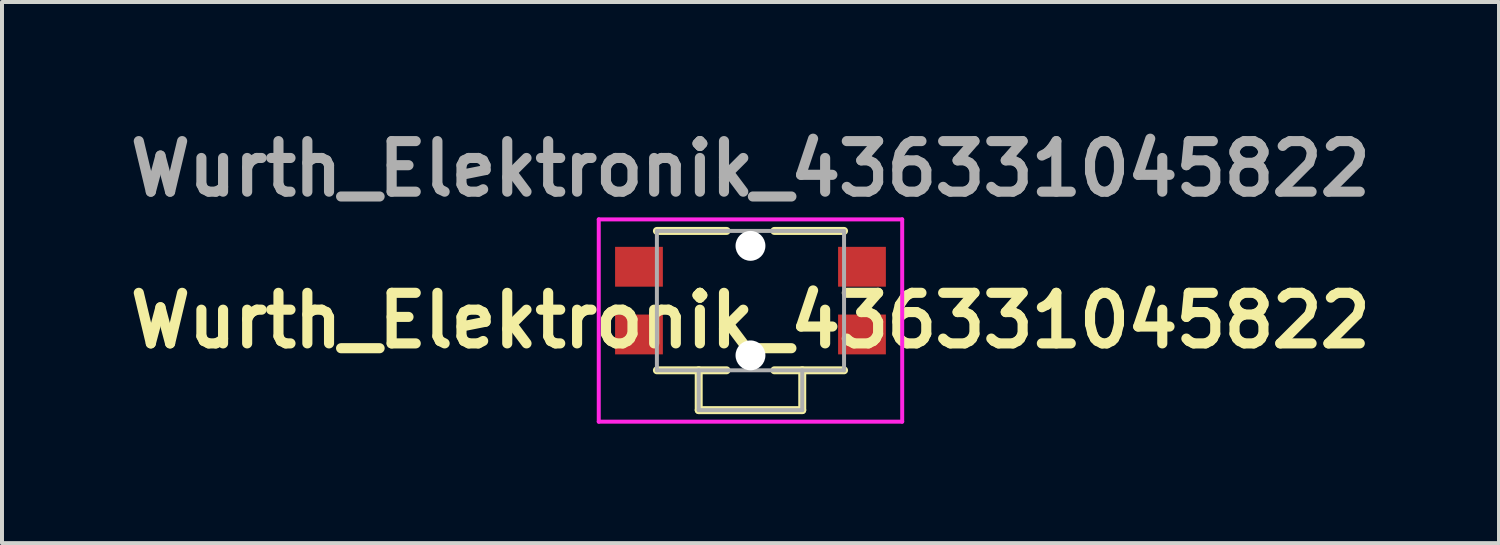
<source format=kicad_pcb>
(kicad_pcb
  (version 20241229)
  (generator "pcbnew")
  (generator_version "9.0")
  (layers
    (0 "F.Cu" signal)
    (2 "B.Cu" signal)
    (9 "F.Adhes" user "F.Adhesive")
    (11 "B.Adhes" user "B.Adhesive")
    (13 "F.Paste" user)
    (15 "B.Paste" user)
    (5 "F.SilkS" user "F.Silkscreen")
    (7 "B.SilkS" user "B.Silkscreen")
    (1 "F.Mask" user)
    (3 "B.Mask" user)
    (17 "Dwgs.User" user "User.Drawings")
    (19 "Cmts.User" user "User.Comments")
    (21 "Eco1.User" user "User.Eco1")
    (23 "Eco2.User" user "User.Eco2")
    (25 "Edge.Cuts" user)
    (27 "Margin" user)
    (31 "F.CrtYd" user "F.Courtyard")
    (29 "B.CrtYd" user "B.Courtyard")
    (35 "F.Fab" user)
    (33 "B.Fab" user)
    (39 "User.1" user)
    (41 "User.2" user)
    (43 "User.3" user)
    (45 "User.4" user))
  (footprint "Wurth_Elektronik_436331045822"
    (layer "F.Cu")
    (at 15.796 4.999)
    (property "Reference" "Wurth_Elektronik_436331045822" (at 0 0 0) (layer "F.SilkS") (effects (font (size 1.27 1.27) (thickness 0.254))))
    (attr smd)
    (fp_line (start -2.35 -2.25) (end -0.6 -2.25) (stroke (width 0.2) (type solid)) (layer "F.SilkS"))
    (fp_line (start -2.35 1.25) (end -0.6 1.25) (stroke (width 0.2) (type solid)) (layer "F.SilkS"))
    (fp_line (start -1.3 1.25) (end -1.3 2.25) (stroke (width 0.2) (type solid)) (layer "F.SilkS"))
    (fp_line (start -1.3 2.25) (end 1.3 2.25) (stroke (width 0.2) (type solid)) (layer "F.SilkS"))
    (fp_line (start 0.6 -2.25) (end 2.35 -2.25) (stroke (width 0.2) (type solid)) (layer "F.SilkS"))
    (fp_line (start 0.6 1.25) (end 2.35 1.25) (stroke (width 0.2) (type solid)) (layer "F.SilkS"))
    (fp_line (start 1.3 2.25) (end 1.3 1.25) (stroke (width 0.2) (type solid)) (layer "F.SilkS"))
    (fp_line (start -3.81 -2.54) (end 3.81 -2.54) (stroke (width 0.1) (type solid)) (layer "F.CrtYd"))
    (fp_line (start -3.81 2.54) (end -3.81 -2.54) (stroke (width 0.1) (type solid)) (layer "F.CrtYd"))
    (fp_line (start 3.81 -2.54) (end 3.81 2.54) (stroke (width 0.1) (type solid)) (layer "F.CrtYd"))
    (fp_line (start 3.81 2.54) (end -3.81 2.54) (stroke (width 0.1) (type solid)) (layer "F.CrtYd"))
    (fp_line (start -2.35 -2.25) (end 2.35 -2.25) (stroke (width 0.1) (type solid)) (layer "F.Fab"))
    (fp_line (start -2.35 1.25) (end -2.35 -2.25) (stroke (width 0.1) (type solid)) (layer "F.Fab"))
    (fp_line (start -1.3 1.25) (end -1.3 2.25) (stroke (width 0.1) (type solid)) (layer "F.Fab"))
    (fp_line (start -1.3 2.25) (end 1.3 2.25) (stroke (width 0.1) (type solid)) (layer "F.Fab"))
    (fp_line (start 1.3 2.25) (end 1.3 1.25) (stroke (width 0.1) (type solid)) (layer "F.Fab"))
    (fp_line (start 2.35 -2.25) (end 2.35 1.25) (stroke (width 0.1) (type solid)) (layer "F.Fab"))
    (fp_line (start 2.35 1.25) (end -2.35 1.25) (stroke (width 0.1) (type solid)) (layer "F.Fab"))
    (fp_text user "${REFERENCE}" (at 0 -3.81 0) (layer "F.Fab") (effects (font (size 1.27 1.27) (thickness 0.254))))
    (pad "" np_thru_hole circle (at 0 -1.875) (size 0.75 0.75) (drill 0.75) (layers "*.Cu" "*.Mask"))
    (pad "" np_thru_hole circle (at 0 0.875) (size 0.75 0.75) (drill 0.75) (layers "*.Cu" "*.Mask"))
    (pad "1" smd rect (at -2.8 -1.35 90) (size 1 1.2) (layers "F.Cu" "F.Mask" "F.Paste"))
    (pad "1" smd rect (at 2.8 -1.35 90) (size 1 1.2) (layers "F.Cu" "F.Mask" "F.Paste"))
    (pad "2" smd rect (at -2.8 0.35 90) (size 1 1.2) (layers "F.Cu" "F.Mask" "F.Paste"))
    (pad "2" smd rect (at 2.8 0.35 90) (size 1 1.2) (layers "F.Cu" "F.Mask" "F.Paste")))
  (gr_rect
    (start -3 -3)
    (end 34.593 10.589)
    (stroke (width 0.1) (type default))
    (fill no)
    (layer "Edge.Cuts")))
</source>
